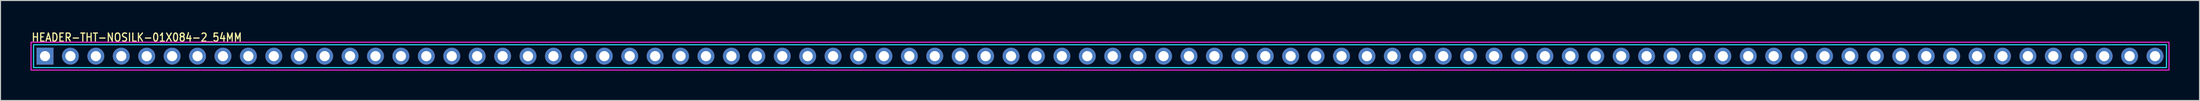
<source format=kicad_pcb>
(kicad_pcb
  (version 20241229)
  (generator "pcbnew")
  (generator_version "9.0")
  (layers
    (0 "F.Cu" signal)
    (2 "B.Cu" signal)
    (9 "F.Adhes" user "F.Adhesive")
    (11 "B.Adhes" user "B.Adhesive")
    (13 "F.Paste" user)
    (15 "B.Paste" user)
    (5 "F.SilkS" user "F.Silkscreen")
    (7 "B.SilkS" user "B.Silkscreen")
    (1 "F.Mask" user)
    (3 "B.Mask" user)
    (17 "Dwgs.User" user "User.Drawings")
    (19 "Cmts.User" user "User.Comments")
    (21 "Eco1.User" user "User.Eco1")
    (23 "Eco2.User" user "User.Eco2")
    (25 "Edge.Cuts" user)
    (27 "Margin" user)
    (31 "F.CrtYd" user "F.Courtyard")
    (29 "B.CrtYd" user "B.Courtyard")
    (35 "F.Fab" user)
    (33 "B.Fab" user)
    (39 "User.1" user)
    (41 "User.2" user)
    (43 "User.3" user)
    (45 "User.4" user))
  (footprint "HEADER-THT-NOSILK-01X084-2_54MM"
    (layer "F.Cu")
    (at 1.447 2.579)
    (property "Reference" "HEADER-THT-NOSILK-01X084-2_54MM" (at -1.4 -1.4 0) (unlocked yes) (layer "F.SilkS") (effects (font (size 0.813 0.695) (thickness 0.122)) (justify left bottom)))
    (fp_poly (pts (xy -1.143 -1.143) (xy 211.963 -1.143) (xy 211.963 1.143) (xy -1.143 1.143)) (stroke (width 0.1) (type solid)) (fill no) (layer "B.CrtYd"))
    (fp_poly (pts (xy -1.397 -1.397) (xy 212.217 -1.397) (xy 212.217 1.397) (xy -1.397 1.397)) (stroke (width 0.1) (type solid)) (fill no) (layer "F.CrtYd"))
    (pad "1" thru_hole rect (at 0 0) (size 1.693 1.693) (drill 1.016) (layers "*.Cu" "*.Mask"))
    (pad "2" thru_hole oval (at 2.54 0) (size 1.693 1.693) (drill 1.016) (layers "*.Cu" "*.Mask"))
    (pad "3" thru_hole oval (at 5.08 0) (size 1.693 1.693) (drill 1.016) (layers "*.Cu" "*.Mask"))
    (pad "4" thru_hole oval (at 7.62 0) (size 1.693 1.693) (drill 1.016) (layers "*.Cu" "*.Mask"))
    (pad "5" thru_hole oval (at 10.16 0) (size 1.693 1.693) (drill 1.016) (layers "*.Cu" "*.Mask"))
    (pad "6" thru_hole oval (at 12.7 0) (size 1.693 1.693) (drill 1.016) (layers "*.Cu" "*.Mask"))
    (pad "7" thru_hole oval (at 15.24 0) (size 1.693 1.693) (drill 1.016) (layers "*.Cu" "*.Mask"))
    (pad "8" thru_hole oval (at 17.78 0) (size 1.693 1.693) (drill 1.016) (layers "*.Cu" "*.Mask"))
    (pad "9" thru_hole oval (at 20.32 0) (size 1.693 1.693) (drill 1.016) (layers "*.Cu" "*.Mask"))
    (pad "10" thru_hole oval (at 22.86 0) (size 1.693 1.693) (drill 1.016) (layers "*.Cu" "*.Mask"))
    (pad "11" thru_hole oval (at 25.4 0) (size 1.693 1.693) (drill 1.016) (layers "*.Cu" "*.Mask"))
    (pad "12" thru_hole oval (at 27.94 0) (size 1.693 1.693) (drill 1.016) (layers "*.Cu" "*.Mask"))
    (pad "13" thru_hole oval (at 30.48 0) (size 1.693 1.693) (drill 1.016) (layers "*.Cu" "*.Mask"))
    (pad "14" thru_hole oval (at 33.02 0) (size 1.693 1.693) (drill 1.016) (layers "*.Cu" "*.Mask"))
    (pad "15" thru_hole oval (at 35.56 0) (size 1.693 1.693) (drill 1.016) (layers "*.Cu" "*.Mask"))
    (pad "16" thru_hole oval (at 38.1 0) (size 1.693 1.693) (drill 1.016) (layers "*.Cu" "*.Mask"))
    (pad "17" thru_hole oval (at 40.64 0) (size 1.693 1.693) (drill 1.016) (layers "*.Cu" "*.Mask"))
    (pad "18" thru_hole oval (at 43.18 0) (size 1.693 1.693) (drill 1.016) (layers "*.Cu" "*.Mask"))
    (pad "19" thru_hole oval (at 45.72 0) (size 1.693 1.693) (drill 1.016) (layers "*.Cu" "*.Mask"))
    (pad "20" thru_hole oval (at 48.26 0) (size 1.693 1.693) (drill 1.016) (layers "*.Cu" "*.Mask"))
    (pad "21" thru_hole oval (at 50.8 0) (size 1.693 1.693) (drill 1.016) (layers "*.Cu" "*.Mask"))
    (pad "22" thru_hole oval (at 53.34 0) (size 1.693 1.693) (drill 1.016) (layers "*.Cu" "*.Mask"))
    (pad "23" thru_hole oval (at 55.88 0) (size 1.693 1.693) (drill 1.016) (layers "*.Cu" "*.Mask"))
    (pad "24" thru_hole oval (at 58.42 0) (size 1.693 1.693) (drill 1.016) (layers "*.Cu" "*.Mask"))
    (pad "25" thru_hole oval (at 60.96 0) (size 1.693 1.693) (drill 1.016) (layers "*.Cu" "*.Mask"))
    (pad "26" thru_hole oval (at 63.5 0) (size 1.693 1.693) (drill 1.016) (layers "*.Cu" "*.Mask"))
    (pad "27" thru_hole oval (at 66.04 0) (size 1.693 1.693) (drill 1.016) (layers "*.Cu" "*.Mask"))
    (pad "28" thru_hole oval (at 68.58 0) (size 1.693 1.693) (drill 1.016) (layers "*.Cu" "*.Mask"))
    (pad "29" thru_hole oval (at 71.12 0) (size 1.693 1.693) (drill 1.016) (layers "*.Cu" "*.Mask"))
    (pad "30" thru_hole oval (at 73.66 0) (size 1.693 1.693) (drill 1.016) (layers "*.Cu" "*.Mask"))
    (pad "31" thru_hole oval (at 76.2 0) (size 1.693 1.693) (drill 1.016) (layers "*.Cu" "*.Mask"))
    (pad "32" thru_hole oval (at 78.74 0) (size 1.693 1.693) (drill 1.016) (layers "*.Cu" "*.Mask"))
    (pad "33" thru_hole oval (at 81.28 0) (size 1.693 1.693) (drill 1.016) (layers "*.Cu" "*.Mask"))
    (pad "34" thru_hole oval (at 83.82 0) (size 1.693 1.693) (drill 1.016) (layers "*.Cu" "*.Mask"))
    (pad "35" thru_hole oval (at 86.36 0) (size 1.693 1.693) (drill 1.016) (layers "*.Cu" "*.Mask"))
    (pad "36" thru_hole oval (at 88.9 0) (size 1.693 1.693) (drill 1.016) (layers "*.Cu" "*.Mask"))
    (pad "37" thru_hole oval (at 91.44 0) (size 1.693 1.693) (drill 1.016) (layers "*.Cu" "*.Mask"))
    (pad "38" thru_hole oval (at 93.98 0) (size 1.693 1.693) (drill 1.016) (layers "*.Cu" "*.Mask"))
    (pad "39" thru_hole oval (at 96.52 0) (size 1.693 1.693) (drill 1.016) (layers "*.Cu" "*.Mask"))
    (pad "40" thru_hole oval (at 99.06 0) (size 1.693 1.693) (drill 1.016) (layers "*.Cu" "*.Mask"))
    (pad "41" thru_hole oval (at 101.6 0) (size 1.693 1.693) (drill 1.016) (layers "*.Cu" "*.Mask"))
    (pad "42" thru_hole oval (at 104.14 0) (size 1.693 1.693) (drill 1.016) (layers "*.Cu" "*.Mask"))
    (pad "43" thru_hole oval (at 106.68 0) (size 1.693 1.693) (drill 1.016) (layers "*.Cu" "*.Mask"))
    (pad "44" thru_hole oval (at 109.22 0) (size 1.693 1.693) (drill 1.016) (layers "*.Cu" "*.Mask"))
    (pad "45" thru_hole oval (at 111.76 0) (size 1.693 1.693) (drill 1.016) (layers "*.Cu" "*.Mask"))
    (pad "46" thru_hole oval (at 114.3 0) (size 1.693 1.693) (drill 1.016) (layers "*.Cu" "*.Mask"))
    (pad "47" thru_hole oval (at 116.84 0) (size 1.693 1.693) (drill 1.016) (layers "*.Cu" "*.Mask"))
    (pad "48" thru_hole oval (at 119.38 0) (size 1.693 1.693) (drill 1.016) (layers "*.Cu" "*.Mask"))
    (pad "49" thru_hole oval (at 121.92 0) (size 1.693 1.693) (drill 1.016) (layers "*.Cu" "*.Mask"))
    (pad "50" thru_hole oval (at 124.46 0) (size 1.693 1.693) (drill 1.016) (layers "*.Cu" "*.Mask"))
    (pad "51" thru_hole oval (at 127 0) (size 1.693 1.693) (drill 1.016) (layers "*.Cu" "*.Mask"))
    (pad "52" thru_hole oval (at 129.54 0) (size 1.693 1.693) (drill 1.016) (layers "*.Cu" "*.Mask"))
    (pad "53" thru_hole oval (at 132.08 0) (size 1.693 1.693) (drill 1.016) (layers "*.Cu" "*.Mask"))
    (pad "54" thru_hole oval (at 134.62 0) (size 1.693 1.693) (drill 1.016) (layers "*.Cu" "*.Mask"))
    (pad "55" thru_hole oval (at 137.16 0) (size 1.693 1.693) (drill 1.016) (layers "*.Cu" "*.Mask"))
    (pad "56" thru_hole oval (at 139.7 0) (size 1.693 1.693) (drill 1.016) (layers "*.Cu" "*.Mask"))
    (pad "57" thru_hole oval (at 142.24 0) (size 1.693 1.693) (drill 1.016) (layers "*.Cu" "*.Mask"))
    (pad "58" thru_hole oval (at 144.78 0) (size 1.693 1.693) (drill 1.016) (layers "*.Cu" "*.Mask"))
    (pad "59" thru_hole oval (at 147.32 0) (size 1.693 1.693) (drill 1.016) (layers "*.Cu" "*.Mask"))
    (pad "60" thru_hole oval (at 149.86 0) (size 1.693 1.693) (drill 1.016) (layers "*.Cu" "*.Mask"))
    (pad "61" thru_hole oval (at 152.4 0) (size 1.693 1.693) (drill 1.016) (layers "*.Cu" "*.Mask"))
    (pad "62" thru_hole oval (at 154.94 0) (size 1.693 1.693) (drill 1.016) (layers "*.Cu" "*.Mask"))
    (pad "63" thru_hole oval (at 157.48 0) (size 1.693 1.693) (drill 1.016) (layers "*.Cu" "*.Mask"))
    (pad "64" thru_hole oval (at 160.02 0) (size 1.693 1.693) (drill 1.016) (layers "*.Cu" "*.Mask"))
    (pad "65" thru_hole oval (at 162.56 0) (size 1.693 1.693) (drill 1.016) (layers "*.Cu" "*.Mask"))
    (pad "66" thru_hole oval (at 165.1 0) (size 1.693 1.693) (drill 1.016) (layers "*.Cu" "*.Mask"))
    (pad "67" thru_hole oval (at 167.64 0) (size 1.693 1.693) (drill 1.016) (layers "*.Cu" "*.Mask"))
    (pad "68" thru_hole oval (at 170.18 0) (size 1.693 1.693) (drill 1.016) (layers "*.Cu" "*.Mask"))
    (pad "69" thru_hole oval (at 172.72 0) (size 1.693 1.693) (drill 1.016) (layers "*.Cu" "*.Mask"))
    (pad "70" thru_hole oval (at 175.26 0) (size 1.693 1.693) (drill 1.016) (layers "*.Cu" "*.Mask"))
    (pad "71" thru_hole oval (at 177.8 0) (size 1.693 1.693) (drill 1.016) (layers "*.Cu" "*.Mask"))
    (pad "72" thru_hole oval (at 180.34 0) (size 1.693 1.693) (drill 1.016) (layers "*.Cu" "*.Mask"))
    (pad "73" thru_hole oval (at 182.88 0) (size 1.693 1.693) (drill 1.016) (layers "*.Cu" "*.Mask"))
    (pad "74" thru_hole oval (at 185.42 0) (size 1.693 1.693) (drill 1.016) (layers "*.Cu" "*.Mask"))
    (pad "75" thru_hole oval (at 187.96 0) (size 1.693 1.693) (drill 1.016) (layers "*.Cu" "*.Mask"))
    (pad "76" thru_hole oval (at 190.5 0) (size 1.693 1.693) (drill 1.016) (layers "*.Cu" "*.Mask"))
    (pad "77" thru_hole oval (at 193.04 0) (size 1.693 1.693) (drill 1.016) (layers "*.Cu" "*.Mask"))
    (pad "78" thru_hole oval (at 195.58 0) (size 1.693 1.693) (drill 1.016) (layers "*.Cu" "*.Mask"))
    (pad "79" thru_hole oval (at 198.12 0) (size 1.693 1.693) (drill 1.016) (layers "*.Cu" "*.Mask"))
    (pad "80" thru_hole oval (at 200.66 0) (size 1.693 1.693) (drill 1.016) (layers "*.Cu" "*.Mask"))
    (pad "81" thru_hole oval (at 203.2 0) (size 1.693 1.693) (drill 1.016) (layers "*.Cu" "*.Mask"))
    (pad "82" thru_hole oval (at 205.74 0) (size 1.693 1.693) (drill 1.016) (layers "*.Cu" "*.Mask"))
    (pad "83" thru_hole oval (at 208.28 0) (size 1.693 1.693) (drill 1.016) (layers "*.Cu" "*.Mask"))
    (pad "84" thru_hole oval (at 210.82 0) (size 1.693 1.693) (drill 1.016) (layers "*.Cu" "*.Mask")))
  (gr_rect
    (start -3 -3)
    (end 216.714 7.026)
    (stroke (width 0.1) (type default))
    (fill no)
    (layer "Edge.Cuts")))
</source>
